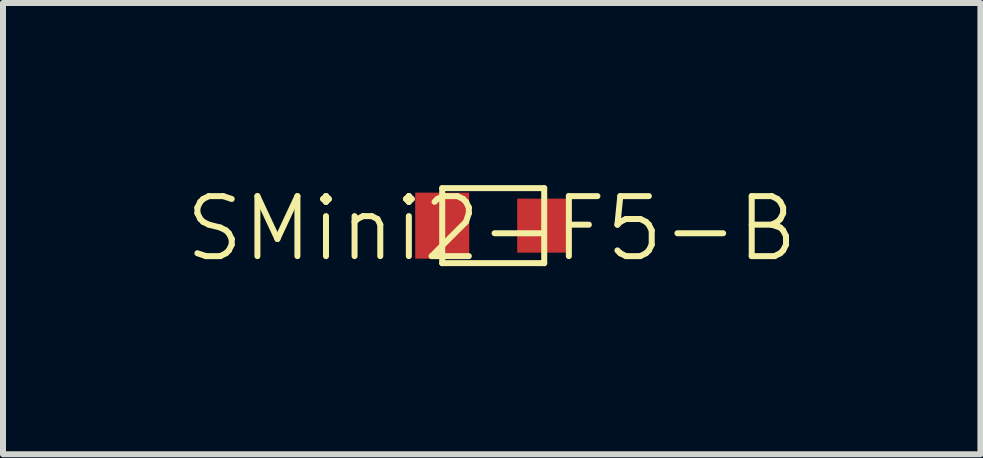
<source format=kicad_pcb>
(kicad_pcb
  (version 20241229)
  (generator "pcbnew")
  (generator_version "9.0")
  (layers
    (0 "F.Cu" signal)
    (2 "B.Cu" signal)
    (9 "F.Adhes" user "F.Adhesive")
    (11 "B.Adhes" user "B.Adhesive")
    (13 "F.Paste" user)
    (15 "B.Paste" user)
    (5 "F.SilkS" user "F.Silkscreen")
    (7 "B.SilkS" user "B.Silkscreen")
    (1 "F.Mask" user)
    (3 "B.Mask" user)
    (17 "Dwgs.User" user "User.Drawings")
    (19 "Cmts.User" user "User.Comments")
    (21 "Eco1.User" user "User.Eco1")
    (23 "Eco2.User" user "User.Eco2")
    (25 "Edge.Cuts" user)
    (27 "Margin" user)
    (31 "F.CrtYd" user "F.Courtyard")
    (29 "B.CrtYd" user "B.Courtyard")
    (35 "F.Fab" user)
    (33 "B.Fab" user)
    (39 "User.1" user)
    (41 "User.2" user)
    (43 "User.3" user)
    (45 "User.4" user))
  (footprint "SMini2-F5-B"
    (layer "F.Cu")
    (at 5.17 0.711)
    (property "Reference" "SMini2-F5-B" (at -0.025 0.05 0) (layer "F.SilkS") (effects (font (size 1 1) (thickness 0.1))))
    (attr through_hole)
    (fp_line (start -0.85 -0.625) (end 0.85 -0.625) (stroke (width 0.1) (type solid)) (layer "F.SilkS"))
    (fp_line (start -0.85 0.625) (end -0.85 -0.625) (stroke (width 0.1) (type solid)) (layer "F.SilkS"))
    (fp_line (start 0.85 -0.625) (end 0.85 0.625) (stroke (width 0.1) (type solid)) (layer "F.SilkS"))
    (fp_line (start 0.85 0.625) (end -0.85 0.625) (stroke (width 0.1) (type solid)) (layer "F.SilkS"))
    (pad "1" smd rect (at -0.85 0) (size 0.9 1.1) (layers "F.Cu" "F.Mask" "F.Paste"))
    (pad "2" smd rect (at 0.85 0) (size 0.9 0.9) (layers "F.Cu" "F.Mask" "F.Paste")))
  (gr_rect
    (start -3 -3)
    (end 13.29 4.521)
    (stroke (width 0.1) (type default))
    (fill no)
    (layer "Edge.Cuts")))
</source>
